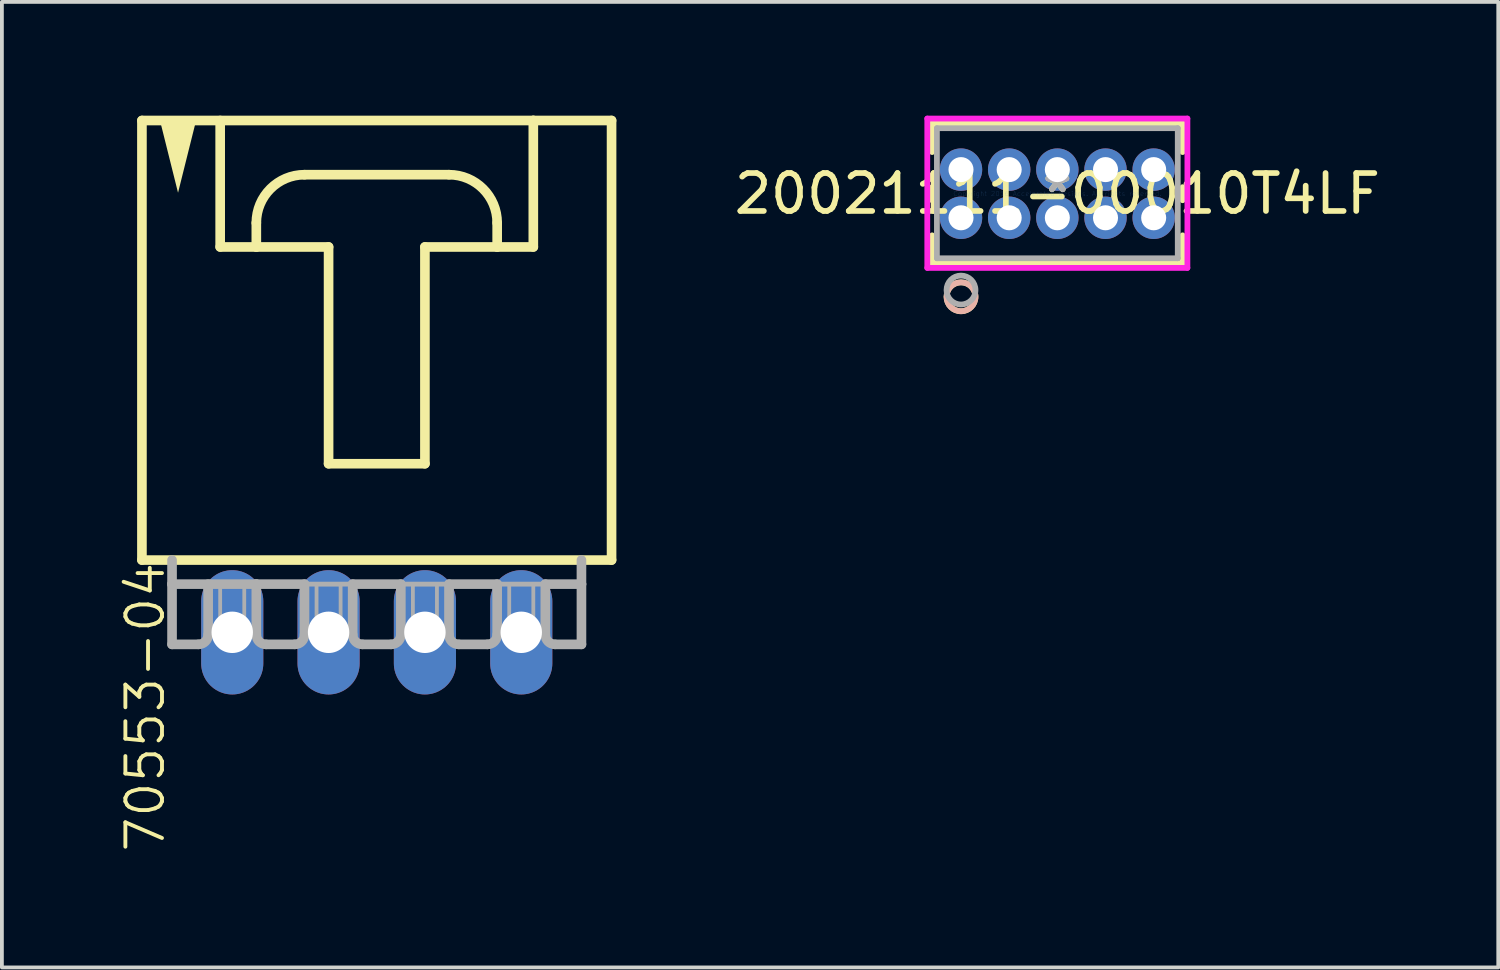
<source format=kicad_pcb>
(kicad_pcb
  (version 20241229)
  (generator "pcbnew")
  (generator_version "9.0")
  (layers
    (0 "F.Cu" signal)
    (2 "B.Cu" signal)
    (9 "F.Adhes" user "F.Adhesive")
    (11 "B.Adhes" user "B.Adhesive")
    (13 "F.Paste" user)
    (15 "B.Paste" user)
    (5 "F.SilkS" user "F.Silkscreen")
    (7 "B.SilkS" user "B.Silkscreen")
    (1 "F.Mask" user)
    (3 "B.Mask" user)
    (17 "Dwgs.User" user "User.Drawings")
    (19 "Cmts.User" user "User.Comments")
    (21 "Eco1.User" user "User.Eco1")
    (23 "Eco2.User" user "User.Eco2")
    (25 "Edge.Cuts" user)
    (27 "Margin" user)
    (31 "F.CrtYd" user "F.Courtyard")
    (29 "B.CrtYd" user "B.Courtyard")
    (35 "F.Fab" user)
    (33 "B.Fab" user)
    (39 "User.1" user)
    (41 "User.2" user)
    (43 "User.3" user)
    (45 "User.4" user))
  (footprint "20021111-00010T4LF"
    (layer "F.Cu")
    (at 24.827 2.057)
    (property "Reference" "20021111-00010T4LF" (at 0 0 0) (layer "F.SilkS") (effects (font (size 1 1) (thickness 0.15))))
    (attr through_hole)
    (fp_line (start -3.302 -1.854) (end -3.302 -1.098) (stroke (width 0.152) (type solid)) (layer "F.SilkS"))
    (fp_line (start -3.302 -0.172) (end -3.302 0.172) (stroke (width 0.152) (type solid)) (layer "F.SilkS"))
    (fp_line (start -3.302 1.098) (end -3.302 1.829) (stroke (width 0.152) (type solid)) (layer "F.SilkS"))
    (fp_line (start -3.302 1.829) (end 3.302 1.829) (stroke (width 0.152) (type solid)) (layer "F.SilkS"))
    (fp_line (start 3.302 -1.854) (end -3.302 -1.854) (stroke (width 0.152) (type solid)) (layer "F.SilkS"))
    (fp_line (start 3.302 -1.098) (end 3.302 -1.854) (stroke (width 0.152) (type solid)) (layer "F.SilkS"))
    (fp_line (start 3.302 0.172) (end 3.302 -0.172) (stroke (width 0.152) (type solid)) (layer "F.SilkS"))
    (fp_line (start 3.302 1.829) (end 3.302 1.098) (stroke (width 0.152) (type solid)) (layer "F.SilkS"))
    (fp_circle (center -2.54 2.718) (end -2.159 2.718) (stroke (width 0.152) (type solid)) (fill no) (layer "F.SilkS"))
    (fp_circle (center -2.54 2.718) (end -2.159 2.718) (stroke (width 0.152) (type solid)) (fill no) (layer "B.SilkS"))
    (fp_line (start -3.429 -1.981) (end -3.429 1.956) (stroke (width 0.152) (type solid)) (layer "F.CrtYd"))
    (fp_line (start -3.429 1.956) (end 3.429 1.956) (stroke (width 0.152) (type solid)) (layer "F.CrtYd"))
    (fp_line (start 3.429 -1.981) (end -3.429 -1.981) (stroke (width 0.152) (type solid)) (layer "F.CrtYd"))
    (fp_line (start 3.429 1.956) (end 3.429 -1.981) (stroke (width 0.152) (type solid)) (layer "F.CrtYd"))
    (fp_line (start -3.175 -1.727) (end -3.175 1.702) (stroke (width 0.152) (type solid)) (layer "F.Fab"))
    (fp_line (start -3.175 1.702) (end 3.175 1.702) (stroke (width 0.152) (type solid)) (layer "F.Fab"))
    (fp_line (start 3.175 -1.727) (end -3.175 -1.727) (stroke (width 0.152) (type solid)) (layer "F.Fab"))
    (fp_line (start 3.175 1.702) (end 3.175 -1.727) (stroke (width 0.152) (type solid)) (layer "F.Fab"))
    (fp_circle (center -2.54 2.54) (end -2.159 2.54) (stroke (width 0.152) (type solid)) (fill no) (layer "F.Fab"))
    (fp_text user "*" (at 0 0 0) (layer "F.SilkS") (effects (font (size 1 1) (thickness 0.15))))
    (fp_text user "Copyright 2016 Accelerated Designs. All rights reserved." (at 0 0 0) (layer "Cmts.User") (effects (font (size 0.127 0.127) (thickness 0.002))))
    (fp_text user "*" (at 0 0 0) (layer "F.Fab") (effects (font (size 1 1) (thickness 0.15))))
    (pad "1" thru_hole circle (at -2.54 0.635) (size 1.118 1.118) (drill 0.66) (layers "*.Cu" "*.Mask"))
    (pad "2" thru_hole circle (at -2.54 -0.635) (size 1.118 1.118) (drill 0.66) (layers "*.Cu" "*.Mask"))
    (pad "3" thru_hole circle (at -1.27 0.635) (size 1.118 1.118) (drill 0.66) (layers "*.Cu" "*.Mask"))
    (pad "4" thru_hole circle (at -1.27 -0.635) (size 1.118 1.118) (drill 0.66) (layers "*.Cu" "*.Mask"))
    (pad "5" thru_hole circle (at 0 0.635) (size 1.118 1.118) (drill 0.66) (layers "*.Cu" "*.Mask"))
    (pad "6" thru_hole circle (at 0 -0.635) (size 1.118 1.118) (drill 0.66) (layers "*.Cu" "*.Mask"))
    (pad "7" thru_hole circle (at 1.27 0.635) (size 1.118 1.118) (drill 0.66) (layers "*.Cu" "*.Mask"))
    (pad "8" thru_hole circle (at 1.27 -0.635) (size 1.118 1.118) (drill 0.66) (layers "*.Cu" "*.Mask"))
    (pad "9" thru_hole circle (at 2.54 0.635) (size 1.118 1.118) (drill 0.66) (layers "*.Cu" "*.Mask"))
    (pad "10" thru_hole circle (at 2.54 -0.635) (size 1.118 1.118) (drill 0.66) (layers "*.Cu" "*.Mask")))
  (footprint "70553-04"
    (layer "F.Cu")
    (at 6.883 6.001)
    (property "Reference" "70553-04" (at -6.668 5.715 90) (layer "F.SilkS") (effects (font (size 0.965 0.965) (thickness 0.102)) (justify right top)))
    (attr through_hole)
    (fp_line (start -6.191 -5.874) (end -6.191 5.715) (stroke (width 0.254) (type solid)) (layer "F.SilkS"))
    (fp_line (start -6.191 5.715) (end 6.191 5.715) (stroke (width 0.254) (type solid)) (layer "F.SilkS"))
    (fp_line (start -4.128 -5.874) (end -4.128 -2.54) (stroke (width 0.254) (type solid)) (layer "F.SilkS"))
    (fp_line (start -4.128 -2.54) (end -3.175 -2.54) (stroke (width 0.254) (type solid)) (layer "F.SilkS"))
    (fp_line (start -3.175 -2.54) (end -3.175 -3.175) (stroke (width 0.254) (type solid)) (layer "F.SilkS"))
    (fp_line (start -3.175 -2.54) (end -1.27 -2.54) (stroke (width 0.254) (type solid)) (layer "F.SilkS"))
    (fp_line (start -1.905 -4.445) (end 1.905 -4.445) (stroke (width 0.254) (type solid)) (layer "F.SilkS"))
    (fp_line (start -1.27 -2.54) (end -1.27 3.175) (stroke (width 0.254) (type solid)) (layer "F.SilkS"))
    (fp_line (start -1.27 3.175) (end 1.27 3.175) (stroke (width 0.254) (type solid)) (layer "F.SilkS"))
    (fp_line (start 1.27 -2.54) (end 3.175 -2.54) (stroke (width 0.254) (type solid)) (layer "F.SilkS"))
    (fp_line (start 1.27 3.175) (end 1.27 -2.54) (stroke (width 0.254) (type solid)) (layer "F.SilkS"))
    (fp_line (start 3.175 -3.175) (end 3.175 -2.54) (stroke (width 0.254) (type solid)) (layer "F.SilkS"))
    (fp_line (start 3.175 -2.54) (end 4.128 -2.54) (stroke (width 0.254) (type solid)) (layer "F.SilkS"))
    (fp_line (start 4.128 -5.874) (end -6.191 -5.874) (stroke (width 0.254) (type solid)) (layer "F.SilkS"))
    (fp_line (start 4.128 -2.54) (end 4.128 -5.874) (stroke (width 0.254) (type solid)) (layer "F.SilkS"))
    (fp_line (start 6.191 -5.874) (end 4.128 -5.874) (stroke (width 0.254) (type solid)) (layer "F.SilkS"))
    (fp_line (start 6.191 5.715) (end 6.191 -5.874) (stroke (width 0.254) (type solid)) (layer "F.SilkS"))
    (fp_arc (start -3.175 -3.175) (mid -2.803026 -4.073026) (end -1.905 -4.445) (stroke (width 0.254) (type solid)) (layer "F.SilkS"))
    (fp_arc (start 1.905 -4.445) (mid 2.803026 -4.073026) (end 3.175 -3.175) (stroke (width 0.254) (type solid)) (layer "F.SilkS"))
    (fp_poly (pts (xy -5.715 -5.874) (xy -5.239 -3.969) (xy -4.763 -5.874)) (stroke (width 0) (type solid)) (fill yes) (layer "F.SilkS"))
    (fp_line (start -5.397 5.715) (end -5.397 6.35) (stroke (width 0.254) (type solid)) (layer "F.Fab"))
    (fp_line (start -5.397 6.35) (end -5.397 7.938) (stroke (width 0.254) (type solid)) (layer "F.Fab"))
    (fp_line (start -5.397 6.35) (end -3.175 6.35) (stroke (width 0.254) (type solid)) (layer "F.Fab"))
    (fp_line (start -4.699 7.938) (end -5.397 7.938) (stroke (width 0.254) (type solid)) (layer "F.Fab"))
    (fp_line (start -4.445 6.35) (end -4.445 7.684) (stroke (width 0.254) (type solid)) (layer "F.Fab"))
    (fp_line (start -3.175 6.35) (end -3.175 7.684) (stroke (width 0.254) (type solid)) (layer "F.Fab"))
    (fp_line (start -3.175 6.35) (end -1.905 6.35) (stroke (width 0.254) (type solid)) (layer "F.Fab"))
    (fp_line (start -2.159 7.938) (end -2.921 7.938) (stroke (width 0.254) (type solid)) (layer "F.Fab"))
    (fp_line (start -1.905 6.35) (end -1.905 7.684) (stroke (width 0.254) (type solid)) (layer "F.Fab"))
    (fp_line (start -1.905 6.35) (end -0.635 6.35) (stroke (width 0.127) (type solid)) (layer "F.Fab"))
    (fp_line (start -0.635 6.35) (end -0.635 7.684) (stroke (width 0.254) (type solid)) (layer "F.Fab"))
    (fp_line (start -0.635 6.35) (end 0.635 6.35) (stroke (width 0.254) (type solid)) (layer "F.Fab"))
    (fp_line (start 0.381 7.938) (end -0.381 7.938) (stroke (width 0.254) (type solid)) (layer "F.Fab"))
    (fp_line (start 0.635 6.35) (end 0.635 7.684) (stroke (width 0.254) (type solid)) (layer "F.Fab"))
    (fp_line (start 0.635 6.35) (end 1.905 6.35) (stroke (width 0.127) (type solid)) (layer "F.Fab"))
    (fp_line (start 1.905 6.35) (end 1.905 7.684) (stroke (width 0.254) (type solid)) (layer "F.Fab"))
    (fp_line (start 1.905 6.35) (end 3.175 6.35) (stroke (width 0.254) (type solid)) (layer "F.Fab"))
    (fp_line (start 2.921 7.938) (end 2.159 7.938) (stroke (width 0.254) (type solid)) (layer "F.Fab"))
    (fp_line (start 3.175 6.35) (end 3.175 7.684) (stroke (width 0.254) (type solid)) (layer "F.Fab"))
    (fp_line (start 3.175 6.35) (end 4.445 6.35) (stroke (width 0.127) (type solid)) (layer "F.Fab"))
    (fp_line (start 4.445 6.35) (end 4.445 7.684) (stroke (width 0.254) (type solid)) (layer "F.Fab"))
    (fp_line (start 4.445 6.35) (end 5.397 6.35) (stroke (width 0.254) (type solid)) (layer "F.Fab"))
    (fp_line (start 4.699 7.938) (end 5.397 7.938) (stroke (width 0.254) (type solid)) (layer "F.Fab"))
    (fp_line (start 5.397 6.35) (end 5.397 5.715) (stroke (width 0.254) (type solid)) (layer "F.Fab"))
    (fp_line (start 5.397 7.938) (end 5.397 6.35) (stroke (width 0.254) (type solid)) (layer "F.Fab"))
    (fp_arc (start -4.445 7.6835) (mid -4.519395 7.863105) (end -4.699 7.9375) (stroke (width 0.254) (type solid)) (layer "F.Fab"))
    (fp_arc (start -2.921 7.9375) (mid -3.100605 7.863105) (end -3.175 7.6835) (stroke (width 0.254) (type solid)) (layer "F.Fab"))
    (fp_arc (start -1.905 7.6835) (mid -1.979395 7.863105) (end -2.159 7.9375) (stroke (width 0.254) (type solid)) (layer "F.Fab"))
    (fp_arc (start -0.381 7.9375) (mid -0.560605 7.863105) (end -0.635 7.6835) (stroke (width 0.254) (type solid)) (layer "F.Fab"))
    (fp_arc (start 0.635 7.6835) (mid 0.560605 7.863105) (end 0.381 7.9375) (stroke (width 0.254) (type solid)) (layer "F.Fab"))
    (fp_arc (start 2.159 7.9375) (mid 1.979395 7.863105) (end 1.905 7.6835) (stroke (width 0.254) (type solid)) (layer "F.Fab"))
    (fp_arc (start 3.175 7.6835) (mid 3.100605 7.863105) (end 2.921 7.9375) (stroke (width 0.254) (type solid)) (layer "F.Fab"))
    (fp_arc (start 4.699 7.9375) (mid 4.519395 7.863105) (end 4.445 7.6835) (stroke (width 0.254) (type solid)) (layer "F.Fab"))
    (fp_poly (pts (xy -4.128 7.62) (xy -3.493 7.62) (xy -3.493 6.35) (xy -4.128 6.35)) (stroke (width 0.1) (type solid)) (fill no) (layer "F.Fab"))
    (fp_poly (pts (xy -1.587 7.62) (xy -0.953 7.62) (xy -0.953 6.35) (xy -1.587 6.35)) (stroke (width 0.1) (type solid)) (fill no) (layer "F.Fab"))
    (fp_poly (pts (xy 0.953 7.62) (xy 1.587 7.62) (xy 1.587 6.35) (xy 0.953 6.35)) (stroke (width 0.1) (type solid)) (fill no) (layer "F.Fab"))
    (fp_poly (pts (xy 3.493 7.62) (xy 4.128 7.62) (xy 4.128 6.35) (xy 3.493 6.35)) (stroke (width 0.1) (type solid)) (fill no) (layer "F.Fab"))
    (pad "1" thru_hole oval (at -3.81 7.62 90) (size 3.277 1.638) (drill 1.092) (layers "*.Cu" "*.Mask"))
    (pad "2" thru_hole oval (at -1.27 7.62 90) (size 3.277 1.638) (drill 1.092) (layers "*.Cu" "*.Mask"))
    (pad "3" thru_hole oval (at 1.27 7.62 90) (size 3.277 1.638) (drill 1.092) (layers "*.Cu" "*.Mask"))
    (pad "4" thru_hole oval (at 3.81 7.62 90) (size 3.277 1.638) (drill 1.092) (layers "*.Cu" "*.Mask")))
  (gr_rect
    (start -3 -3)
    (end 36.452 22.457)
    (stroke (width 0.1) (type default))
    (fill no)
    (layer "Edge.Cuts")))
</source>
